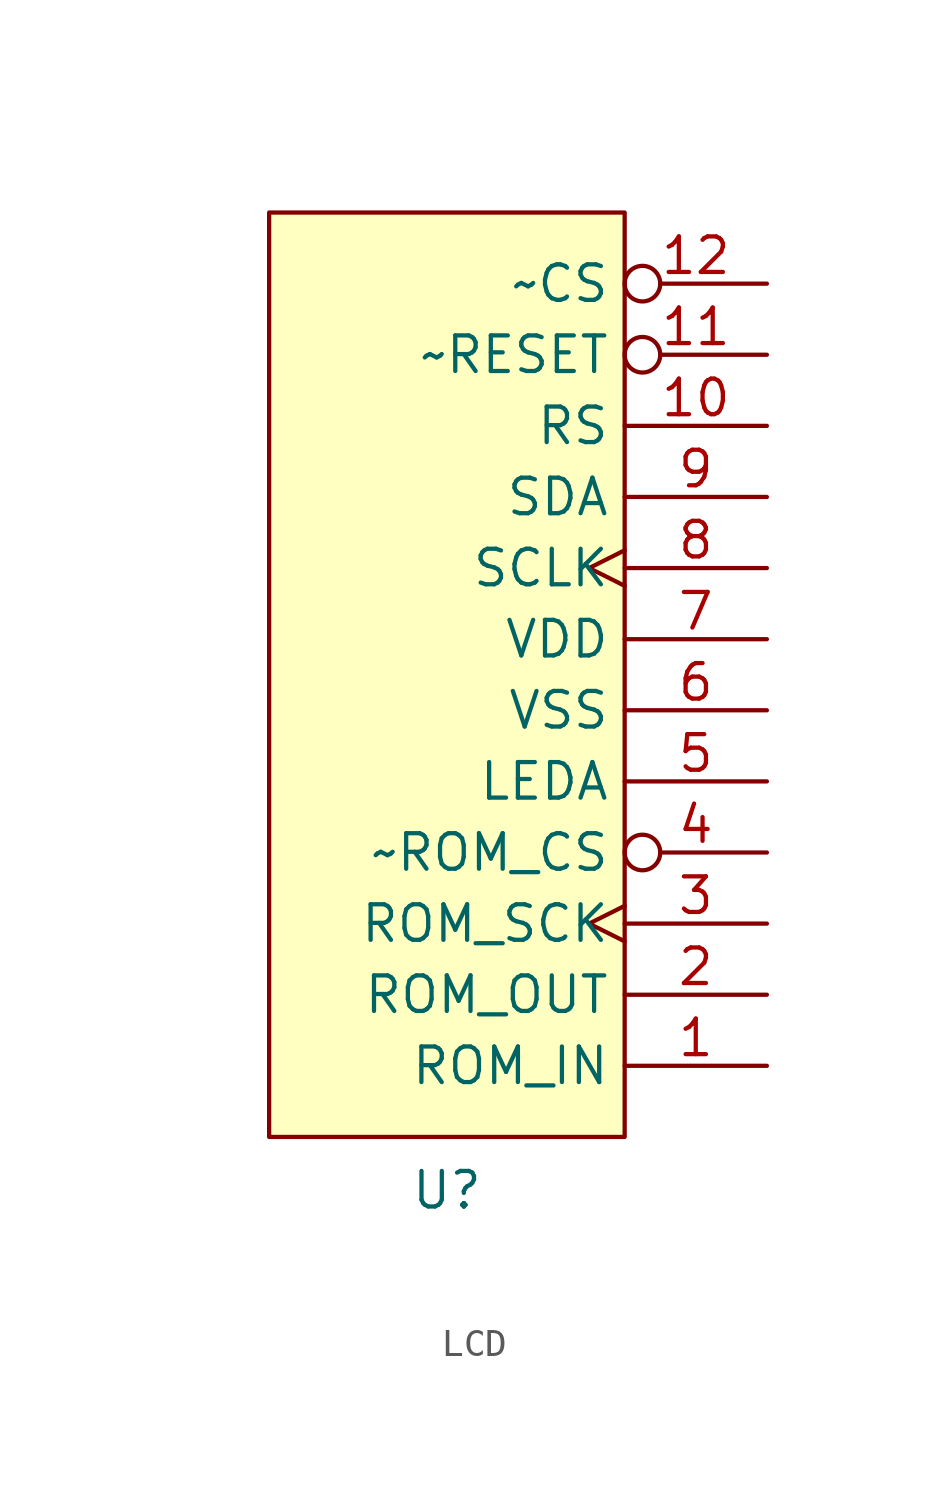
<source format=kicad_sym>
(kicad_symbol_lib
  (version 20220914)
  (generator kicad_symbol_editor)
  (symbol "LCD"
    (property "Reference" "U"
      (at 0 0 0)
      (effects (font (size 1.27 1.27))))
    (property "Value" ""
      (at -9.525 18.415 90)
      (effects (font (size 1.27 1.27))))
    (symbol "LCD_1_1"
      (rectangle (start -6.35 34.925) (end 6.35 1.905) (stroke (width 0) (type default)) (fill (type background)))
      (pin input line (at 11.43 4.445 180) (length 5.08) (name "ROM_IN" (effects (font (size 1.27 1.27)))) (number "1" (effects (font (size 1.27 1.27)))))
      (pin input line (at 11.43 27.305 180) (length 5.08) (name "RS" (effects (font (size 1.27 1.27)))) (number "10" (effects (font (size 1.27 1.27)))))
      (pin input inverted (at 11.43 29.845 180) (length 5.08) (name "~RESET" (effects (font (size 1.27 1.27)))) (number "11" (effects (font (size 1.27 1.27)))))
      (pin input inverted (at 11.43 32.385 180) (length 5.08) (name "~CS" (effects (font (size 1.27 1.27)))) (number "12" (effects (font (size 1.27 1.27)))))
      (pin output line (at 11.43 6.985 180) (length 5.08) (name "ROM_OUT" (effects (font (size 1.27 1.27)))) (number "2" (effects (font (size 1.27 1.27)))))
      (pin input clock (at 11.43 9.525 180) (length 5.08) (name "ROM_SCK" (effects (font (size 1.27 1.27)))) (number "3" (effects (font (size 1.27 1.27)))))
      (pin input inverted (at 11.43 12.065 180) (length 5.08) (name "~ROM_CS" (effects (font (size 1.27 1.27)))) (number "4" (effects (font (size 1.27 1.27)))))
      (pin power_in line (at 11.43 14.605 180) (length 5.08) (name "LEDA" (effects (font (size 1.27 1.27)))) (number "5" (effects (font (size 1.27 1.27)))))
      (pin power_in line (at 11.43 17.145 180) (length 5.08) (name "VSS" (effects (font (size 1.27 1.27)))) (number "6" (effects (font (size 1.27 1.27)))))
      (pin power_in line (at 11.43 19.685 180) (length 5.08) (name "VDD" (effects (font (size 1.27 1.27)))) (number "7" (effects (font (size 1.27 1.27)))))
      (pin input clock (at 11.43 22.225 180) (length 5.08) (name "SCLK" (effects (font (size 1.27 1.27)))) (number "8" (effects (font (size 1.27 1.27)))))
      (pin input line (at 11.43 24.765 180) (length 5.08) (name "SDA" (effects (font (size 1.27 1.27)))) (number "9" (effects (font (size 1.27 1.27))))))))
</source>
